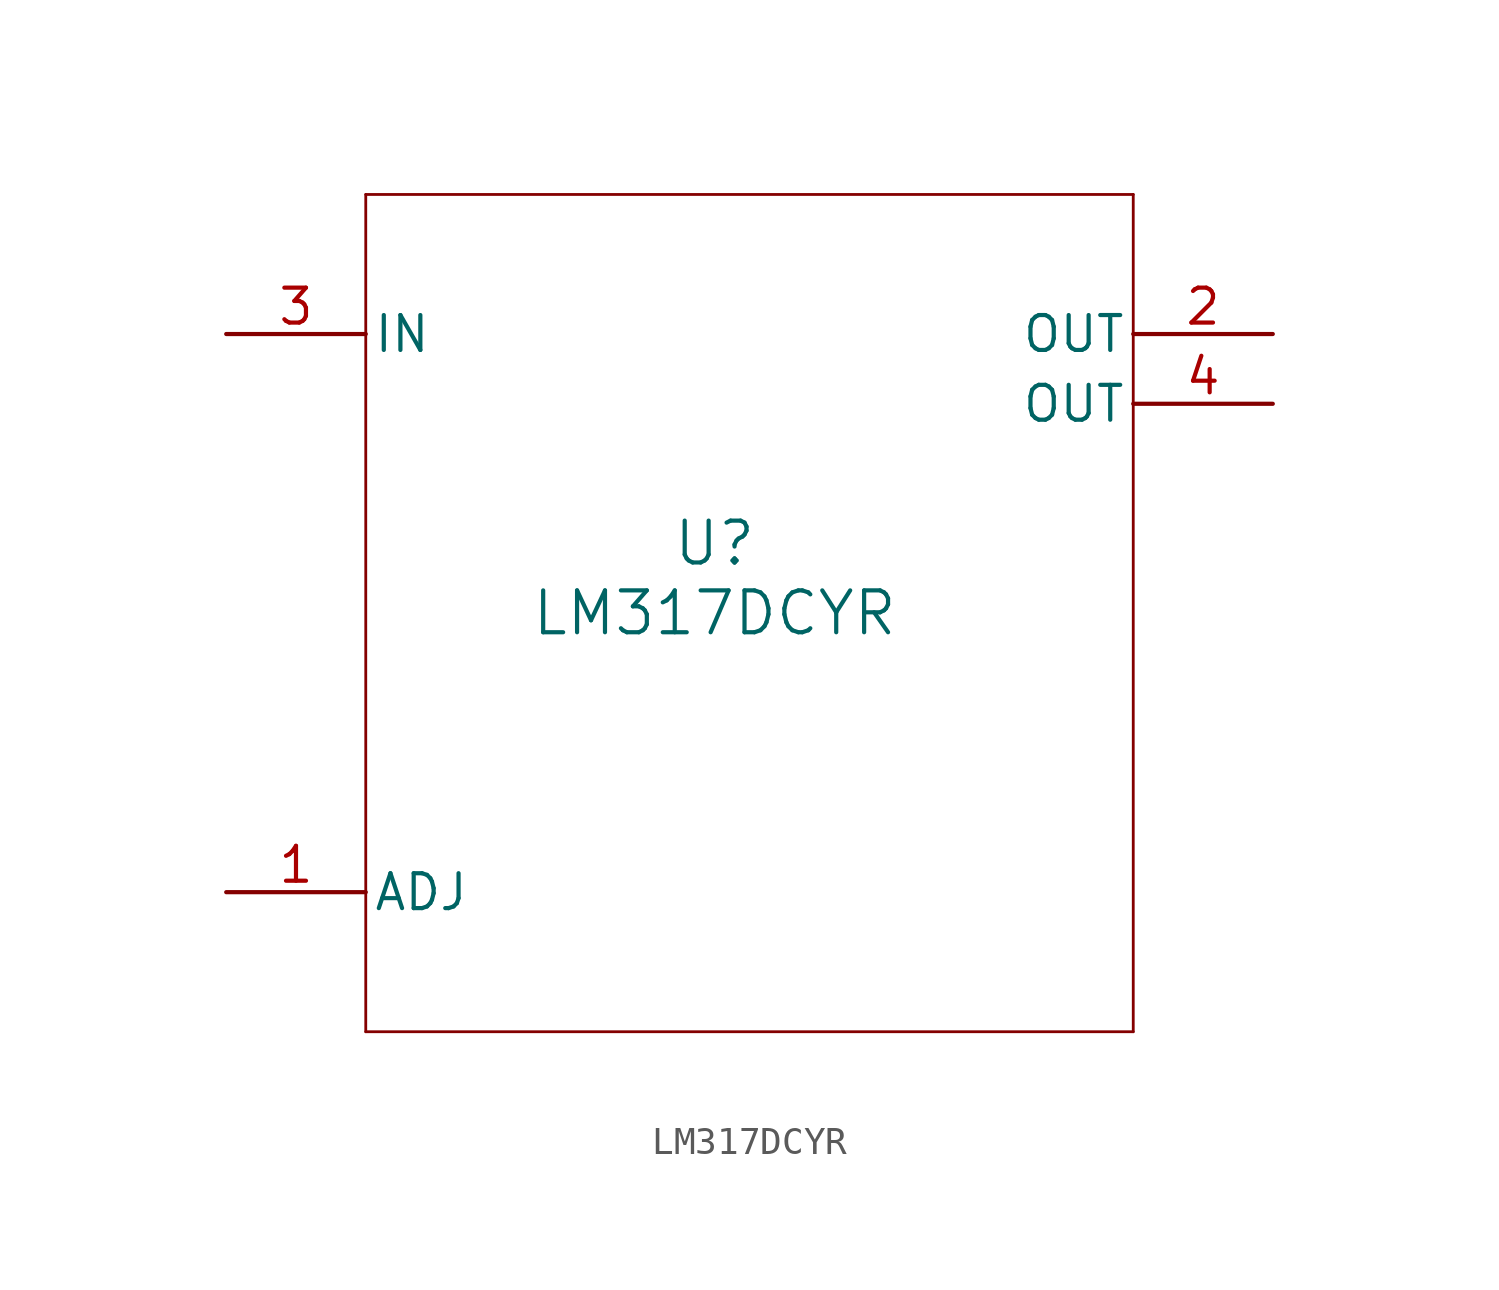
<source format=kicad_sym>
(kicad_symbol_lib
  (version 20211014)
  (generator kicad_symbol_editor)
  (symbol "LM317DCYR"
    (pin_names
      (offset 0.254))
    (property "Reference" "U"
      (at 0 2.54 0)
      (effects (font (size 1.524 1.524))))
    (property "Value" "LM317DCYR"
      (at 0 0 0)
      (effects (font (size 1.524 1.524))))
    (symbol "LM317DCYR_0_1"
      (polyline (pts (xy -12.7 -15.24) (xy 15.24 -15.24)) (stroke (width 0.102) (type default) (color 0 0 0 0)) (fill (type none)))
      (polyline (pts (xy 15.24 -15.24) (xy 15.24 15.24)) (stroke (width 0.102) (type default) (color 0 0 0 0)) (fill (type none)))
      (polyline (pts (xy 15.24 15.24) (xy -12.7 15.24)) (stroke (width 0.102) (type default) (color 0 0 0 0)) (fill (type none)))
      (polyline (pts (xy -12.7 15.24) (xy -12.7 -15.24)) (stroke (width 0.102) (type default) (color 0 0 0 0)) (fill (type none)))
      (pin input line (at -17.78 -10.16 0) (length 5.08) (name "ADJ" (effects (font (size 1.27 1.27)))) (number "1" (effects (font (size 1.27 1.27)))))
      (pin power_in line (at 20.32 10.16 180) (length 5.08) (name "OUT" (effects (font (size 1.27 1.27)))) (number "2" (effects (font (size 1.27 1.27)))))
      (pin power_in line (at -17.78 10.16 0) (length 5.08) (name "IN" (effects (font (size 1.27 1.27)))) (number "3" (effects (font (size 1.27 1.27)))))
      (pin power_in line (at 20.32 7.62 180) (length 5.08) (name "OUT" (effects (font (size 1.27 1.27)))) (number "4" (effects (font (size 1.27 1.27))))))))
</source>
